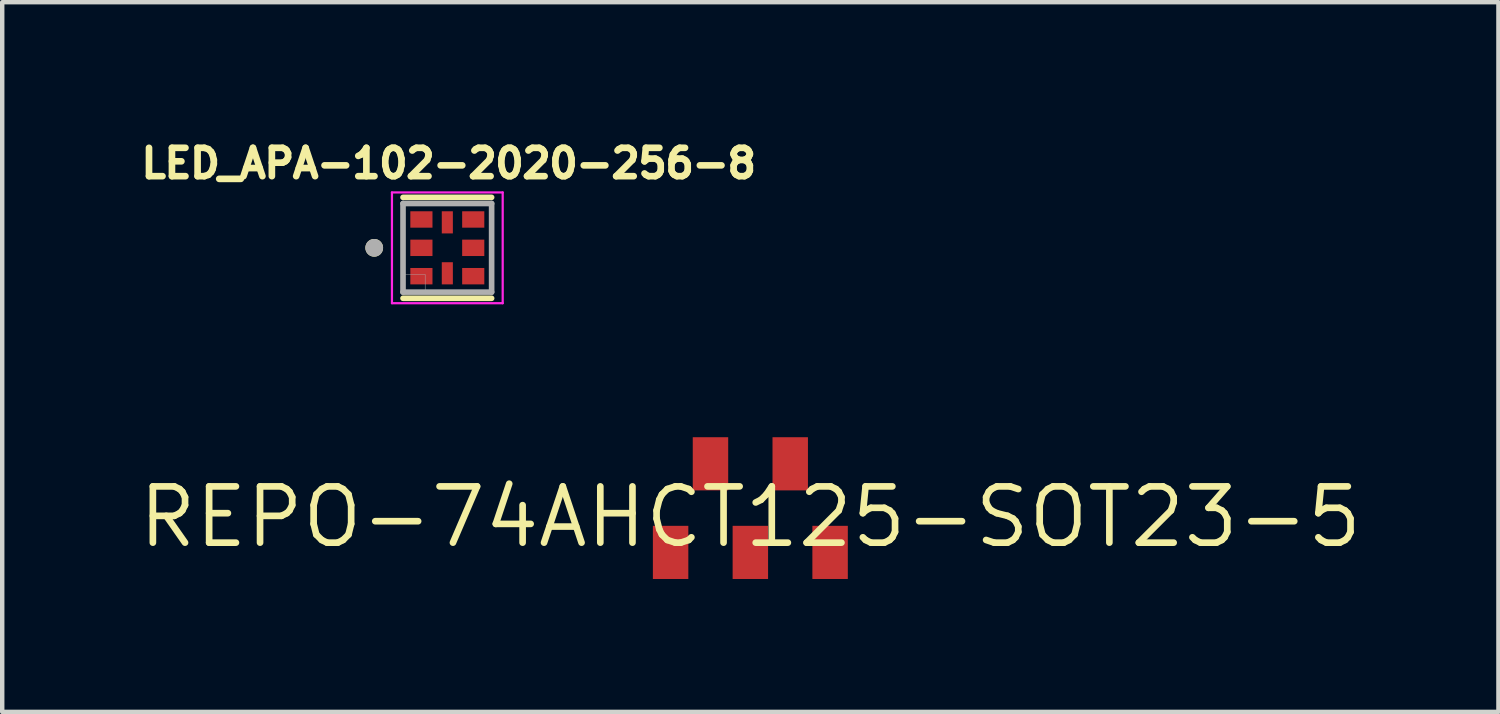
<source format=kicad_pcb>
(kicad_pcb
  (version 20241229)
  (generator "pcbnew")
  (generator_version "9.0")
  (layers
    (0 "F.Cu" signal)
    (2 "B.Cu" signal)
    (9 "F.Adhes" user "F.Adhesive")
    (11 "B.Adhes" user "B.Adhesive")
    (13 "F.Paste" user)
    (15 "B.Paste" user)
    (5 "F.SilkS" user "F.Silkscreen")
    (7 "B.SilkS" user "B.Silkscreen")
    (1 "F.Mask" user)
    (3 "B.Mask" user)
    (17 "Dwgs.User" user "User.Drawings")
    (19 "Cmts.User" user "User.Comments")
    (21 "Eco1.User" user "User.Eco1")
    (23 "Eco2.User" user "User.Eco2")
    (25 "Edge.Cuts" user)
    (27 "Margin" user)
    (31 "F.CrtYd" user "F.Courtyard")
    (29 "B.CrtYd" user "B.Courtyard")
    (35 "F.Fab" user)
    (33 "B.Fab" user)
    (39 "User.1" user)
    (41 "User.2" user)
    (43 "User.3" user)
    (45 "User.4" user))
  (footprint "REPO-74AHCT125-SOT23-5"
    (layer "F.Cu")
    (at 13.887 8.619)
    (property "Reference" "REPO-74AHCT125-SOT23-5" (at 0 0 0) (layer "F.SilkS") (effects (font (size 1.27 1.27) (thickness 0.15))))
    (attr through_hole)
    (pad "1" smd rect (at -1.8 0.8) (size 0.8 1.2) (layers "F.Cu" "F.Mask" "F.Paste"))
    (pad "2" smd rect (at 0 0.8) (size 0.8 1.2) (layers "F.Cu" "F.Mask" "F.Paste"))
    (pad "3" smd rect (at 1.8 0.8) (size 0.8 1.2) (layers "F.Cu" "F.Mask" "F.Paste"))
    (pad "4" smd rect (at -0.9 -1.2) (size 0.8 1.2) (layers "F.Cu" "F.Mask" "F.Paste"))
    (pad "5" smd rect (at 0.9 -1.2) (size 0.8 1.2) (layers "F.Cu" "F.Mask" "F.Paste")))
  (footprint "LED_APA-102-2020-256-8"
    (layer "F.Cu")
    (at 7.047 2.544)
    (property "Reference" "LED_APA-102-2020-256-8" (at 0.032 -1.906 0) (layer "F.SilkS") (effects (font (size 0.64 0.64) (thickness 0.15))))
    (attr smd)
    (fp_line (start -1 -1.139) (end 1 -1.139) (stroke (width 0.127) (type solid)) (layer "F.SilkS"))
    (fp_line (start -1 1.139) (end 1 1.139) (stroke (width 0.127) (type solid)) (layer "F.SilkS"))
    (fp_circle (center -1.65 0) (end -1.55 0) (stroke (width 0.2) (type solid)) (fill no) (layer "F.SilkS"))
    (fp_line (start -1.25 -1.25) (end 1.25 -1.25) (stroke (width 0.05) (type solid)) (layer "F.CrtYd"))
    (fp_line (start -1.25 1.25) (end -1.25 -1.25) (stroke (width 0.05) (type solid)) (layer "F.CrtYd"))
    (fp_line (start 1.25 -1.25) (end 1.25 1.25) (stroke (width 0.05) (type solid)) (layer "F.CrtYd"))
    (fp_line (start 1.25 1.25) (end -1.25 1.25) (stroke (width 0.05) (type solid)) (layer "F.CrtYd"))
    (fp_line (start -1 -1) (end 1 -1) (stroke (width 0.127) (type solid)) (layer "F.Fab"))
    (fp_line (start -1 1) (end -1 -1) (stroke (width 0.127) (type solid)) (layer "F.Fab"))
    (fp_line (start 1 -1) (end 1 1) (stroke (width 0.127) (type solid)) (layer "F.Fab"))
    (fp_line (start 1 1) (end -1 1) (stroke (width 0.127) (type solid)) (layer "F.Fab"))
    (fp_circle (center -1.65 0) (end -1.55 0) (stroke (width 0.2) (type solid)) (fill no) (layer "F.Fab"))
    (fp_poly (pts (xy -1 0.6) (xy -0.5 0.6) (xy -0.5 1) (xy -1 1)) (stroke (width 0.01) (type solid)) (fill no) (layer "F.Fab"))
    (pad "1" smd rect (at -0.585 0) (size 0.5 0.37) (layers "F.Cu" "F.Mask" "F.Paste"))
    (pad "2_1" smd rect (at -0.585 -0.64) (size 0.5 0.37) (layers "F.Cu" "F.Mask" "F.Paste"))
    (pad "2_2" smd rect (at 0 -0.575) (size 0.25 0.5) (layers "F.Cu" "F.Mask" "F.Paste"))
    (pad "3" smd rect (at 0.585 0) (size 0.5 0.37) (layers "F.Cu" "F.Mask" "F.Paste"))
    (pad "4" smd rect (at -0.585 0.64) (size 0.5 0.37) (layers "F.Cu" "F.Mask" "F.Paste"))
    (pad "5_1" smd rect (at 0 0.575) (size 0.25 0.5) (layers "F.Cu" "F.Mask" "F.Paste"))
    (pad "5_2" smd rect (at 0.585 -0.64) (size 0.5 0.37) (layers "F.Cu" "F.Mask" "F.Paste"))
    (pad "6" smd rect (at 0.585 0.64) (size 0.5 0.37) (layers "F.Cu" "F.Mask" "F.Paste")))
  (gr_rect
    (start -3 -3)
    (end 30.773 13.019)
    (stroke (width 0.1) (type default))
    (fill no)
    (layer "Edge.Cuts")))
</source>
